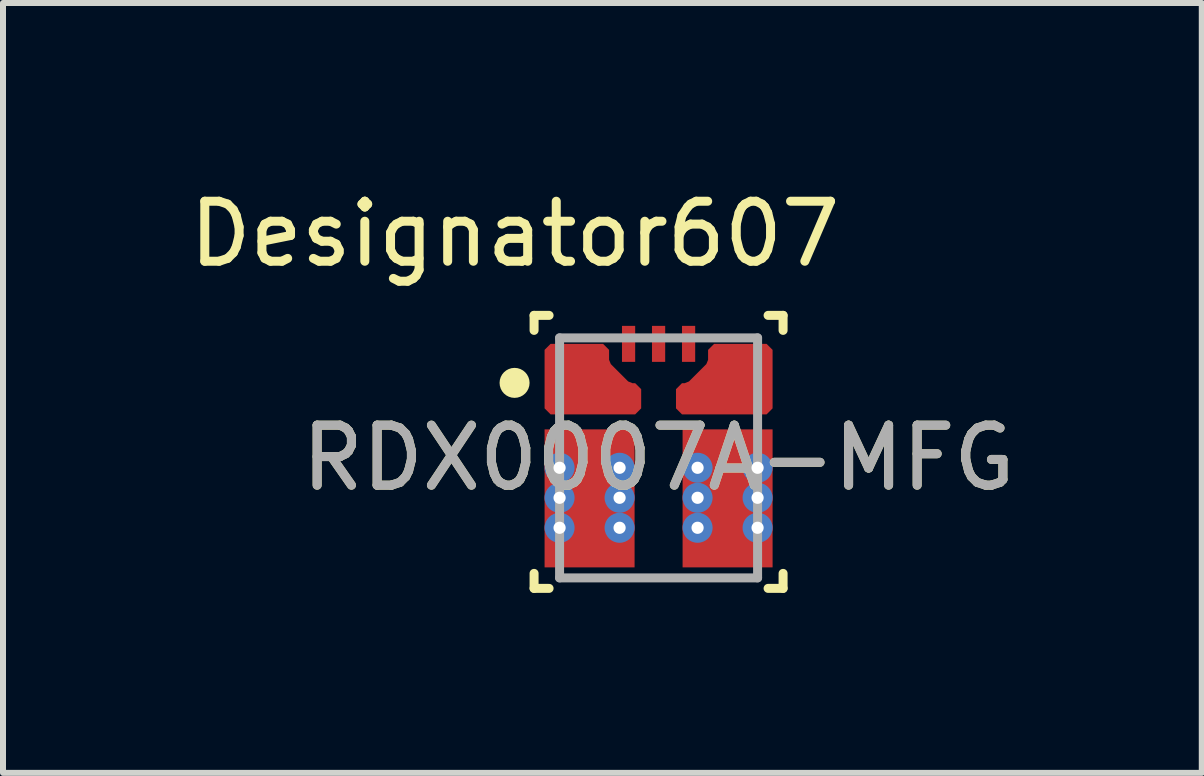
<source format=kicad_pcb>
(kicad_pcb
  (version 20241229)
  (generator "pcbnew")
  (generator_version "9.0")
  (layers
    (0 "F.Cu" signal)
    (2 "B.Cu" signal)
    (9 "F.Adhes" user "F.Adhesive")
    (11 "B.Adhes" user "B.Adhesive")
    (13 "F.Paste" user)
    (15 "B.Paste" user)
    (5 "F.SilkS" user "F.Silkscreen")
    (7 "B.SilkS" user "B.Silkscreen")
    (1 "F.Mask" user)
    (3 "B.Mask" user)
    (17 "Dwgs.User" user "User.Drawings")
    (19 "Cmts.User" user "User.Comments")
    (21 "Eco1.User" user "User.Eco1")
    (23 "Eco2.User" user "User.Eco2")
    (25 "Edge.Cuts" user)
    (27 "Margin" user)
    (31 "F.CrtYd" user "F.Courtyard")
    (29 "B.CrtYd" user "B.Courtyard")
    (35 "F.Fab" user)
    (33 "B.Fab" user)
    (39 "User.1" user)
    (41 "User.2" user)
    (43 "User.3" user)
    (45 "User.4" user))
  (footprint "RDX0007A-MFG"
    (layer "F.Cu")
    (at 7.926 4.581)
    (property "Reference" "RDX0007A-MFG" (at 0 0 0) (unlocked yes) (layer "F.SilkS") (effects (font (size 1 1) (thickness 0.15))))
    (attr through_hole)
    (fp_poly (pts (xy -1.9 -1.8) (xy -1.8 -1.9) (xy -0.925 -1.9) (xy -0.825 -1.8) (xy -0.825 -1.634) (xy -0.796 -1.563) (xy -0.507 -1.274) (xy -0.436 -1.245) (xy -0.39 -1.245) (xy -0.29 -1.145) (xy -0.29 -0.825) (xy -0.39 -0.725) (xy -1.8 -0.725) (xy -1.9 -0.825)) (stroke (width 0) (type solid)) (fill yes) (layer "F.Cu"))
    (fp_poly (pts (xy 1.9 -1.8) (xy 1.8 -1.9) (xy 0.925 -1.9) (xy 0.825 -1.8) (xy 0.825 -1.634) (xy 0.796 -1.563) (xy 0.507 -1.274) (xy 0.436 -1.245) (xy 0.39 -1.245) (xy 0.29 -1.145) (xy 0.29 -0.825) (xy 0.39 -0.725) (xy 1.8 -0.725) (xy 1.9 -0.825)) (stroke (width 0) (type solid)) (fill yes) (layer "F.Cu"))
    (fp_poly (pts (xy -0.44 -2.25) (xy -0.34 -2.15) (xy -0.34 -1.65) (xy -0.44 -1.55) (xy -0.56 -1.55) (xy -0.66 -1.65) (xy -0.66 -2.15) (xy -0.56 -2.25)) (stroke (width 0) (type solid)) (fill yes) (layer "F.Mask"))
    (fp_poly (pts (xy -0.16 -2.15) (xy -0.06 -2.25) (xy 0.06 -2.25) (xy 0.16 -2.15) (xy 0.16 -1.65) (xy 0.06 -1.55) (xy -0.06 -1.55) (xy -0.16 -1.65)) (stroke (width 0) (type solid)) (fill yes) (layer "F.Mask"))
    (fp_poly (pts (xy 0.56 -1.55) (xy 0.44 -1.55) (xy 0.34 -1.65) (xy 0.34 -2.15) (xy 0.44 -2.25) (xy 0.56 -2.25) (xy 0.66 -2.15) (xy 0.66 -1.65)) (stroke (width 0) (type solid)) (fill yes) (layer "F.Mask"))
    (fp_poly (pts (xy -0.925 -1.85) (xy -0.875 -1.8) (xy -0.875 -1.593) (xy -0.86 -1.557) (xy -0.513 -1.21) (xy -0.477 -1.195) (xy -0.39 -1.195) (xy -0.34 -1.145) (xy -0.34 -0.825) (xy -0.39 -0.775) (xy -1.4 -0.775) (xy -1.45 -0.825) (xy -1.5 -0.875) (xy -1.8 -0.875) (xy -1.85 -0.925) (xy -1.85 -1.075) (xy -1.8 -1.125) (xy -1.5 -1.125) (xy -1.45 -1.175) (xy -1.45 -1.325) (xy -1.5 -1.375) (xy -1.8 -1.375) (xy -1.85 -1.425) (xy -1.85 -1.575) (xy -1.8 -1.625) (xy -1.5 -1.625) (xy -1.45 -1.675) (xy -1.45 -1.8) (xy -1.4 -1.85)) (stroke (width 0) (type solid)) (fill yes) (layer "F.Mask"))
    (fp_poly (pts (xy 0.925 -1.85) (xy 0.875 -1.8) (xy 0.875 -1.593) (xy 0.86 -1.557) (xy 0.513 -1.21) (xy 0.477 -1.195) (xy 0.39 -1.195) (xy 0.34 -1.145) (xy 0.34 -0.825) (xy 0.39 -0.775) (xy 1.4 -0.775) (xy 1.45 -0.825) (xy 1.5 -0.875) (xy 1.8 -0.875) (xy 1.85 -0.925) (xy 1.85 -1.075) (xy 1.8 -1.125) (xy 1.5 -1.125) (xy 1.45 -1.175) (xy 1.45 -1.325) (xy 1.5 -1.375) (xy 1.8 -1.375) (xy 1.85 -1.425) (xy 1.85 -1.575) (xy 1.8 -1.625) (xy 1.5 -1.625) (xy 1.45 -1.675) (xy 1.45 -1.8) (xy 1.4 -1.85)) (stroke (width 0) (type solid)) (fill yes) (layer "F.Mask"))
    (fp_poly (pts (xy -0.5 -0.425) (xy -0.45 -0.375) (xy -0.45 1.725) (xy -0.5 1.775) (xy -1.4 1.775) (xy -1.45 1.725) (xy -1.45 1.59) (xy -1.5 1.54) (xy -1.8 1.54) (xy -1.85 1.49) (xy -1.85 1.34) (xy -1.8 1.29) (xy -1.5 1.29) (xy -1.45 1.24) (xy -1.45 1.09) (xy -1.5 1.04) (xy -1.8 1.04) (xy -1.85 0.99) (xy -1.85 0.84) (xy -1.8 0.79) (xy -1.5 0.79) (xy -1.45 0.74) (xy -1.45 0.59) (xy -1.5 0.54) (xy -1.8 0.54) (xy -1.85 0.49) (xy -1.85 0.34) (xy -1.8 0.29) (xy -1.5 0.29) (xy -1.45 0.24) (xy -1.45 0.09) (xy -1.5 0.04) (xy -1.8 0.04) (xy -1.85 -0.01) (xy -1.85 -0.16) (xy -1.8 -0.21) (xy -1.5 -0.21) (xy -1.45 -0.26) (xy -1.45 -0.375) (xy -1.4 -0.425)) (stroke (width 0) (type solid)) (fill yes) (layer "F.Mask"))
    (fp_poly (pts (xy 0.5 -0.425) (xy 0.45 -0.375) (xy 0.45 1.725) (xy 0.5 1.775) (xy 1.4 1.775) (xy 1.45 1.725) (xy 1.45 1.59) (xy 1.5 1.54) (xy 1.8 1.54) (xy 1.85 1.49) (xy 1.85 1.34) (xy 1.8 1.29) (xy 1.5 1.29) (xy 1.45 1.24) (xy 1.45 1.09) (xy 1.5 1.04) (xy 1.8 1.04) (xy 1.85 0.99) (xy 1.85 0.84) (xy 1.8 0.79) (xy 1.5 0.79) (xy 1.45 0.74) (xy 1.45 0.59) (xy 1.5 0.54) (xy 1.8 0.54) (xy 1.85 0.49) (xy 1.85 0.34) (xy 1.8 0.29) (xy 1.5 0.29) (xy 1.45 0.24) (xy 1.45 0.09) (xy 1.5 0.04) (xy 1.8 0.04) (xy 1.85 -0.01) (xy 1.85 -0.16) (xy 1.8 -0.21) (xy 1.5 -0.21) (xy 1.45 -0.26) (xy 1.45 -0.375) (xy 1.4 -0.425)) (stroke (width 0) (type solid)) (fill yes) (layer "F.Mask"))
    (fp_line (start -2.075 -2.375) (end -1.825 -2.375) (stroke (width 0.15) (type solid)) (layer "F.SilkS"))
    (fp_line (start -2.075 -2.125) (end -2.075 -2.375) (stroke (width 0.15) (type solid)) (layer "F.SilkS"))
    (fp_line (start -2.075 2.175) (end -2.075 1.925) (stroke (width 0.15) (type solid)) (layer "F.SilkS"))
    (fp_line (start -2.075 2.175) (end -1.825 2.175) (stroke (width 0.15) (type solid)) (layer "F.SilkS"))
    (fp_line (start 1.825 -2.375) (end 2.075 -2.375) (stroke (width 0.15) (type solid)) (layer "F.SilkS"))
    (fp_line (start 1.825 2.175) (end 2.075 2.175) (stroke (width 0.15) (type solid)) (layer "F.SilkS"))
    (fp_line (start 2.075 -2.125) (end 2.075 -2.375) (stroke (width 0.15) (type solid)) (layer "F.SilkS"))
    (fp_line (start 2.075 2.175) (end 2.075 1.925) (stroke (width 0.15) (type solid)) (layer "F.SilkS"))
    (fp_circle (center -2.4 -1.25) (end -2.275 -1.25) (stroke (width 0.25) (type solid)) (fill no) (layer "F.SilkS"))
    (fp_poly (pts (xy -1.85 -1.575) (xy -1.8 -1.625) (xy -1.45 -1.625) (xy -1.4 -1.575) (xy -1.4 -1.425) (xy -1.45 -1.375) (xy -1.8 -1.375) (xy -1.85 -1.425)) (stroke (width 0) (type solid)) (fill yes) (layer "F.Paste"))
    (fp_poly (pts (xy -1.8 -1.125) (xy -1.45 -1.125) (xy -1.4 -1.075) (xy -1.4 -0.925) (xy -1.45 -0.875) (xy -1.8 -0.875) (xy -1.85 -0.925) (xy -1.85 -1.075)) (stroke (width 0) (type solid)) (fill yes) (layer "F.Paste"))
    (fp_poly (pts (xy 1.85 -1.575) (xy 1.85 -1.425) (xy 1.8 -1.375) (xy 1.45 -1.375) (xy 1.4 -1.425) (xy 1.4 -1.575) (xy 1.45 -1.625) (xy 1.8 -1.625)) (stroke (width 0) (type solid)) (fill yes) (layer "F.Paste"))
    (fp_poly (pts (xy 1.85 -1.075) (xy 1.85 -0.925) (xy 1.8 -0.875) (xy 1.45 -0.875) (xy 1.4 -0.925) (xy 1.4 -1.075) (xy 1.45 -1.125) (xy 1.8 -1.125)) (stroke (width 0) (type solid)) (fill yes) (layer "F.Paste"))
    (fp_poly (pts (xy -0.95 -1.84) (xy -0.9 -1.79) (xy -0.9 -1.596) (xy -0.885 -1.56) (xy -0.525 -1.2) (xy -0.489 -1.185) (xy -0.4 -1.185) (xy -0.35 -1.135) (xy -0.35 -0.835) (xy -0.4 -0.785) (xy -1.15 -0.785) (xy -1.2 -0.835) (xy -1.2 -1.79) (xy -1.15 -1.84)) (stroke (width 0) (type solid)) (fill yes) (layer "F.Paste"))
    (fp_poly (pts (xy 0.95 -1.84) (xy 0.9 -1.79) (xy 0.9 -1.596) (xy 0.885 -1.56) (xy 0.525 -1.2) (xy 0.489 -1.185) (xy 0.4 -1.185) (xy 0.35 -1.135) (xy 0.35 -0.835) (xy 0.4 -0.785) (xy 1.15 -0.785) (xy 1.2 -0.835) (xy 1.2 -1.79) (xy 1.15 -1.84)) (stroke (width 0) (type solid)) (fill yes) (layer "F.Paste"))
    (fp_poly (pts (xy -0.46 1.655) (xy -0.51 1.705) (xy -1.35 1.705) (xy -1.4 1.655) (xy -1.4 1.59) (xy -1.45 1.54) (xy -1.8 1.54) (xy -1.85 1.49) (xy -1.85 1.34) (xy -1.8 1.29) (xy -1.3 1.29) (xy -1.25 1.24) (xy -1.25 1.09) (xy -1.3 1.04) (xy -1.8 1.04) (xy -1.85 0.99) (xy -1.85 0.84) (xy -1.8 0.79) (xy -1.3 0.79) (xy -1.25 0.74) (xy -1.25 0.59) (xy -1.3 0.54) (xy -1.8 0.54) (xy -1.85 0.49) (xy -1.85 0.34) (xy -1.8 0.29) (xy -1.3 0.29) (xy -1.25 0.24) (xy -1.25 0.09) (xy -1.3 0.04) (xy -1.8 0.04) (xy -1.85 -0.01) (xy -1.85 -0.16) (xy -1.8 -0.21) (xy -1.45 -0.21) (xy -1.4 -0.26) (xy -1.4 -0.325) (xy -1.35 -0.375) (xy -0.51 -0.375) (xy -0.46 -0.325) (xy -0.46 0.015) (xy -0.51 0.065) (xy -0.88 0.065) (xy -0.93 0.115) (xy -0.93 0.215) (xy -0.88 0.265) (xy -0.51 0.265) (xy -0.46 0.315) (xy -0.46 0.515) (xy -0.51 0.565) (xy -0.88 0.565) (xy -0.93 0.615) (xy -0.93 0.715) (xy -0.88 0.765) (xy -0.51 0.765) (xy -0.46 0.815) (xy -0.46 1.015) (xy -0.51 1.065) (xy -0.88 1.065) (xy -0.93 1.115) (xy -0.93 1.215) (xy -0.88 1.265) (xy -0.51 1.265) (xy -0.46 1.315)) (stroke (width 0) (type solid)) (fill yes) (layer "F.Paste"))
    (fp_poly (pts (xy 0.46 1.655) (xy 0.51 1.705) (xy 1.35 1.705) (xy 1.4 1.655) (xy 1.4 1.59) (xy 1.45 1.54) (xy 1.8 1.54) (xy 1.85 1.49) (xy 1.85 1.34) (xy 1.8 1.29) (xy 1.3 1.29) (xy 1.25 1.24) (xy 1.25 1.09) (xy 1.3 1.04) (xy 1.8 1.04) (xy 1.85 0.99) (xy 1.85 0.84) (xy 1.8 0.79) (xy 1.3 0.79) (xy 1.25 0.74) (xy 1.25 0.59) (xy 1.3 0.54) (xy 1.8 0.54) (xy 1.85 0.49) (xy 1.85 0.34) (xy 1.8 0.29) (xy 1.3 0.29) (xy 1.25 0.24) (xy 1.25 0.09) (xy 1.3 0.04) (xy 1.8 0.04) (xy 1.85 -0.01) (xy 1.85 -0.16) (xy 1.8 -0.21) (xy 1.45 -0.21) (xy 1.4 -0.26) (xy 1.4 -0.325) (xy 1.35 -0.375) (xy 0.51 -0.375) (xy 0.46 -0.325) (xy 0.46 0.015) (xy 0.51 0.065) (xy 0.88 0.065) (xy 0.93 0.115) (xy 0.93 0.215) (xy 0.88 0.265) (xy 0.51 0.265) (xy 0.46 0.315) (xy 0.46 0.515) (xy 0.51 0.565) (xy 0.88 0.565) (xy 0.93 0.615) (xy 0.93 0.715) (xy 0.88 0.765) (xy 0.51 0.765) (xy 0.46 0.815) (xy 0.46 1.015) (xy 0.51 1.065) (xy 0.88 1.065) (xy 0.93 1.115) (xy 0.93 1.215) (xy 0.88 1.265) (xy 0.51 1.265) (xy 0.46 1.315)) (stroke (width 0) (type solid)) (fill yes) (layer "F.Paste"))
    (fp_line (start -1.65 -2) (end 1.65 -2) (stroke (width 0.15) (type solid)) (layer "F.Fab"))
    (fp_line (start -1.65 2) (end -1.65 -2) (stroke (width 0.15) (type solid)) (layer "F.Fab"))
    (fp_line (start -1.65 2) (end 1.65 2) (stroke (width 0.15) (type solid)) (layer "F.Fab"))
    (fp_line (start 1.65 2) (end 1.65 -2) (stroke (width 0.15) (type solid)) (layer "F.Fab"))
    (fp_text user "Designator607" (at -2.396 -3.732 0) (unlocked yes) (layer "F.SilkS") (effects (font (size 1 1) (thickness 0.15))))
    (fp_text user "${REFERENCE}" (at 0 0 0) (unlocked yes) (layer "F.Fab") (effects (font (size 1 1) (thickness 0.15))))
    (pad "1" smd circle (at -1.312 -1.312) (size 1.025 1.025) (layers "F.Cu"))
    (pad "2" smd rect (at -1.15 0.675) (size 1.5 2.3) (layers "F.Cu"))
    (pad "3" smd rect (at 1.15 0.675) (size 1.5 2.3) (layers "F.Cu"))
    (pad "4" smd circle (at 1.281 -1.276) (size 0.991 0.991) (layers "F.Cu"))
    (pad "5" smd rect (at 0.5 -1.9) (size 0.22 0.6) (layers "F.Cu" "F.Paste"))
    (pad "6" smd rect (at 0 -1.9) (size 0.22 0.6) (layers "F.Cu" "F.Paste"))
    (pad "7" smd rect (at -0.5 -1.9) (size 0.22 0.6) (layers "F.Cu" "F.Paste"))
    (pad "8" thru_hole circle (at -1.65 0.165) (size 0.5 0.5) (drill 0.203) (layers "*.Cu" "*.Mask"))
    (pad "9" thru_hole circle (at -1.65 0.665) (size 0.5 0.5) (drill 0.203) (layers "*.Cu" "*.Mask"))
    (pad "10" thru_hole circle (at -1.65 1.165) (size 0.5 0.5) (drill 0.203) (layers "*.Cu" "*.Mask"))
    (pad "11" thru_hole circle (at 1.65 0.165) (size 0.5 0.5) (drill 0.203) (layers "*.Cu" "*.Mask"))
    (pad "12" thru_hole circle (at 1.65 0.665) (size 0.5 0.5) (drill 0.203) (layers "*.Cu" "*.Mask"))
    (pad "13" thru_hole circle (at 1.65 1.165) (size 0.5 0.5) (drill 0.203) (layers "*.Cu" "*.Mask"))
    (pad "14" thru_hole circle (at -0.65 0.165) (size 0.5 0.5) (drill 0.203) (layers "*.Cu" "*.Mask"))
    (pad "15" thru_hole circle (at -0.65 0.665) (size 0.5 0.5) (drill 0.203) (layers "*.Cu" "*.Mask"))
    (pad "16" thru_hole circle (at -0.65 1.165) (size 0.5 0.5) (drill 0.203) (layers "*.Cu" "*.Mask"))
    (pad "17" thru_hole circle (at 0.65 0.165) (size 0.5 0.5) (drill 0.203) (layers "*.Cu" "*.Mask"))
    (pad "18" thru_hole circle (at 0.65 0.665) (size 0.5 0.5) (drill 0.203) (layers "*.Cu" "*.Mask"))
    (pad "19" thru_hole circle (at 0.65 1.165) (size 0.5 0.5) (drill 0.203) (layers "*.Cu" "*.Mask")))
  (gr_rect
    (start -3 -3)
    (end 16.979 9.831)
    (stroke (width 0.1) (type default))
    (fill no)
    (layer "Edge.Cuts")))
</source>
